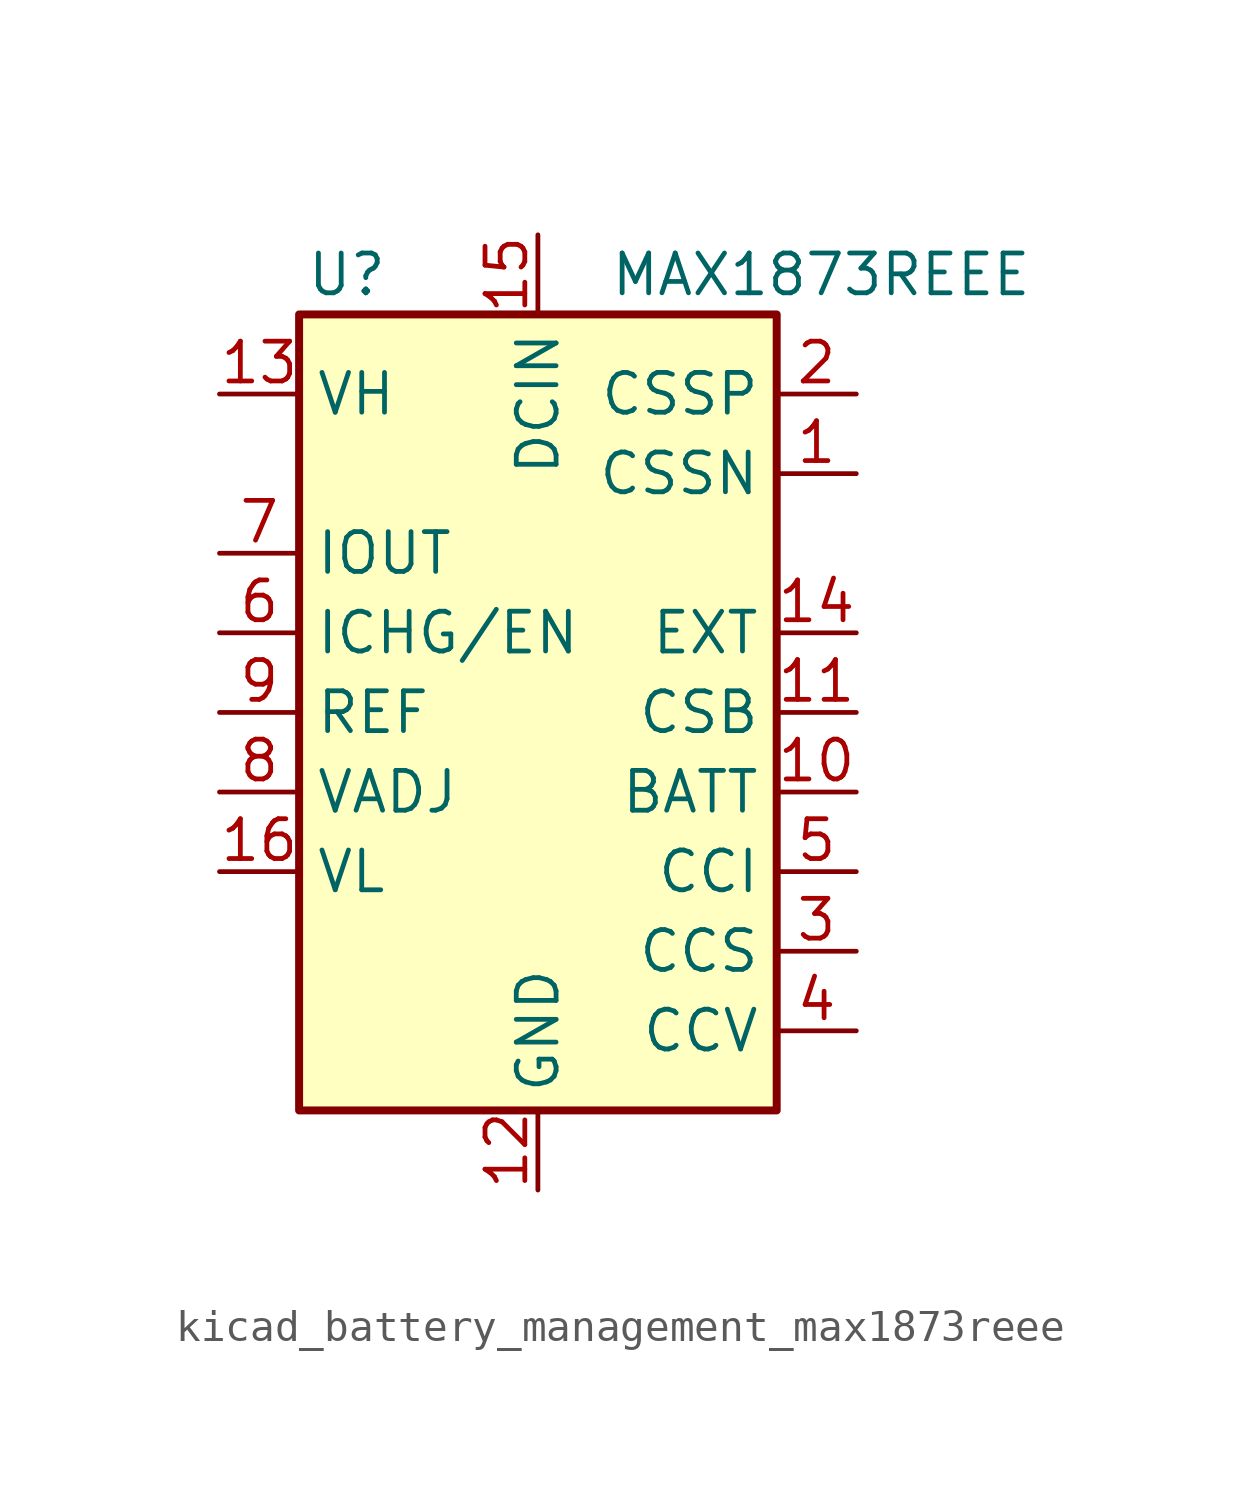
<source format=kicad_sym>
(kicad_symbol_lib
  (version 20220914)
  (generator kicad_symbol_editor)
  (symbol "kicad_battery_management_max1873reee"
    (property "Reference" "U"
      (at -6.096 13.97 0)
      (effects (font (size 1.27 1.27))))
    (property "Value" "MAX1873REEE"
      (at 2.286 13.97 0)
      (effects (font (size 1.27 1.27)) (justify left)))
    (symbol "kicad_battery_management_max1873reee_0_1"
      (rectangle (start -7.62 12.7) (end 7.62 -12.7) (stroke (width 0.254) (type default)) (fill (type background))))
    (symbol "kicad_battery_management_max1873reee_1_1"
      (pin input line (at 10.16 7.62 180) (length 2.54) (name "CSSN" (effects (font (size 1.27 1.27)))) (number "1" (effects (font (size 1.27 1.27)))))
      (pin input line (at 10.16 -2.54 180) (length 2.54) (name "BATT" (effects (font (size 1.27 1.27)))) (number "10" (effects (font (size 1.27 1.27)))))
      (pin input line (at 10.16 0 180) (length 2.54) (name "CSB" (effects (font (size 1.27 1.27)))) (number "11" (effects (font (size 1.27 1.27)))))
      (pin power_in line (at 0 -15.24 90) (length 2.54) (name "GND" (effects (font (size 1.27 1.27)))) (number "12" (effects (font (size 1.27 1.27)))))
      (pin input line (at -10.16 10.16 0) (length 2.54) (name "VH" (effects (font (size 1.27 1.27)))) (number "13" (effects (font (size 1.27 1.27)))))
      (pin output line (at 10.16 2.54 180) (length 2.54) (name "EXT" (effects (font (size 1.27 1.27)))) (number "14" (effects (font (size 1.27 1.27)))))
      (pin power_in line (at 0 15.24 270) (length 2.54) (name "DCIN" (effects (font (size 1.27 1.27)))) (number "15" (effects (font (size 1.27 1.27)))))
      (pin input line (at -10.16 -5.08 0) (length 2.54) (name "VL" (effects (font (size 1.27 1.27)))) (number "16" (effects (font (size 1.27 1.27)))))
      (pin input line (at 10.16 10.16 180) (length 2.54) (name "CSSP" (effects (font (size 1.27 1.27)))) (number "2" (effects (font (size 1.27 1.27)))))
      (pin input line (at 10.16 -7.62 180) (length 2.54) (name "CCS" (effects (font (size 1.27 1.27)))) (number "3" (effects (font (size 1.27 1.27)))))
      (pin input line (at 10.16 -10.16 180) (length 2.54) (name "CCV" (effects (font (size 1.27 1.27)))) (number "4" (effects (font (size 1.27 1.27)))))
      (pin input line (at 10.16 -5.08 180) (length 2.54) (name "CCI" (effects (font (size 1.27 1.27)))) (number "5" (effects (font (size 1.27 1.27)))))
      (pin input line (at -10.16 2.54 0) (length 2.54) (name "ICHG/EN" (effects (font (size 1.27 1.27)))) (number "6" (effects (font (size 1.27 1.27)))))
      (pin output line (at -10.16 5.08 0) (length 2.54) (name "IOUT" (effects (font (size 1.27 1.27)))) (number "7" (effects (font (size 1.27 1.27)))))
      (pin input line (at -10.16 -2.54 0) (length 2.54) (name "VADJ" (effects (font (size 1.27 1.27)))) (number "8" (effects (font (size 1.27 1.27)))))
      (pin output line (at -10.16 0 0) (length 2.54) (name "REF" (effects (font (size 1.27 1.27)))) (number "9" (effects (font (size 1.27 1.27))))))))
</source>
